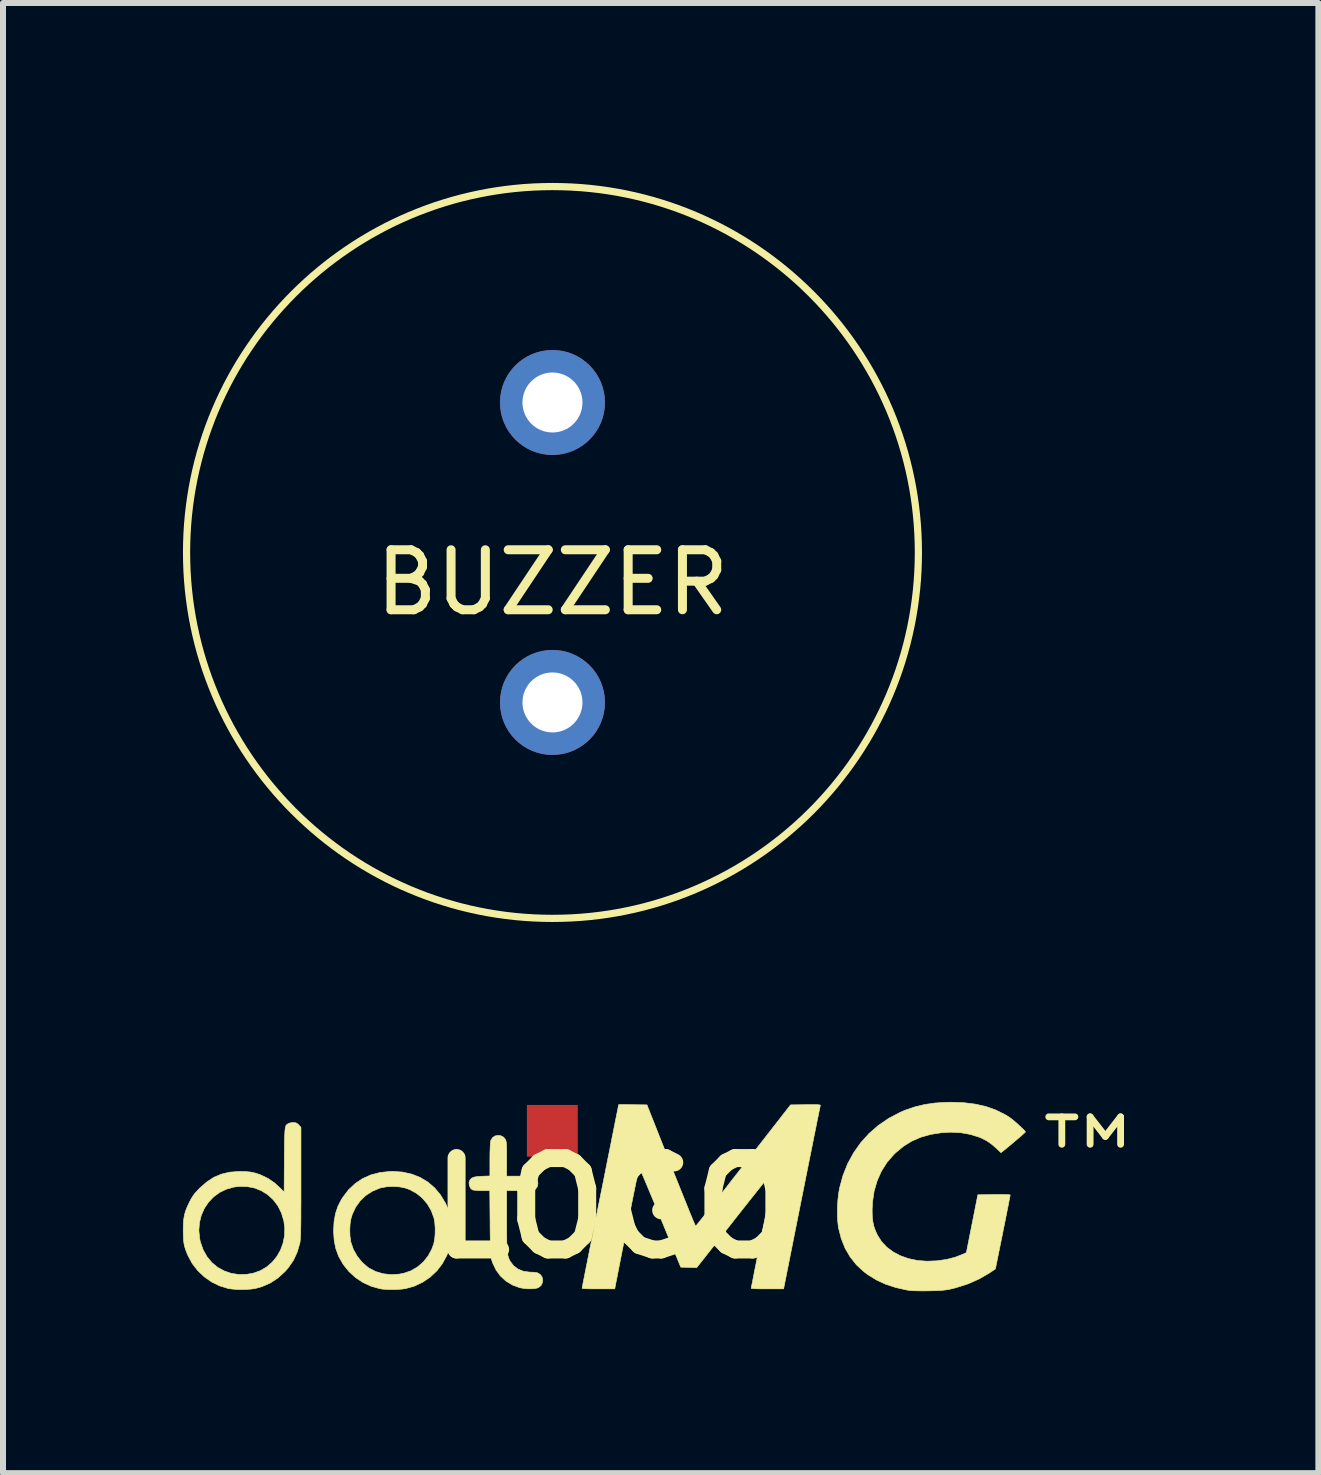
<source format=kicad_pcb>
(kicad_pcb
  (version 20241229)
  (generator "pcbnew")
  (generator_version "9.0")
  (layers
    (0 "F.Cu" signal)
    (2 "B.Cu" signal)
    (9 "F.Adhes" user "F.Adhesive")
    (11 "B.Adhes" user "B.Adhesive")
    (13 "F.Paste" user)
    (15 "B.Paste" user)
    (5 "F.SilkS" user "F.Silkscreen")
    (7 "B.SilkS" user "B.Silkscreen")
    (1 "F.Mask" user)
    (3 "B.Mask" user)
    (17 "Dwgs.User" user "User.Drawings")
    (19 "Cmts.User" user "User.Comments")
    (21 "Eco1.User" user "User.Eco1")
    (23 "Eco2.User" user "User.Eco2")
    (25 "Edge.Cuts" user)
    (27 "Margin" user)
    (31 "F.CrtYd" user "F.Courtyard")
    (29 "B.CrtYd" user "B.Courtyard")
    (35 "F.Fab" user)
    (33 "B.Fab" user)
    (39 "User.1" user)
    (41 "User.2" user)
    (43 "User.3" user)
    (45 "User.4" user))
  (footprint "LOGO"
    (layer "F.Cu")
    (at 6.158 15.82)
    (property "Reference" "LOGO" (at 1.016 1.27 0) (layer "F.SilkS") (effects (font (size 1.524 1.524) (thickness 0.3))))
    (attr through_hole)
    (fp_poly (pts (xy -0.86 0.063) (xy -0.815 0.086) (xy -0.787 0.118) (xy -0.779 0.133) (xy -0.773 0.151) (xy -0.768 0.175) (xy -0.765 0.208) (xy -0.763 0.255) (xy -0.762 0.318) (xy -0.762 0.402) (xy -0.762 0.448) (xy -0.762 0.737) (xy -0.558 0.737) (xy -0.459 0.738) (xy -0.382 0.743) (xy -0.326 0.752) (xy -0.286 0.767) (xy -0.26 0.788) (xy -0.246 0.818) (xy -0.241 0.856) (xy -0.241 0.867) (xy -0.252 0.914) (xy -0.275 0.944) (xy -0.308 0.978) (xy -0.762 0.978) (xy -0.762 1.473) (xy -0.762 1.612) (xy -0.761 1.728) (xy -0.76 1.824) (xy -0.757 1.902) (xy -0.753 1.965) (xy -0.748 2.016) (xy -0.742 2.056) (xy -0.733 2.09) (xy -0.722 2.118) (xy -0.709 2.145) (xy -0.704 2.155) (xy -0.647 2.23) (xy -0.574 2.286) (xy -0.486 2.322) (xy -0.387 2.336) (xy -0.368 2.337) (xy -0.317 2.339) (xy -0.271 2.344) (xy -0.244 2.35) (xy -0.2 2.377) (xy -0.172 2.418) (xy -0.161 2.466) (xy -0.167 2.515) (xy -0.189 2.56) (xy -0.229 2.593) (xy -0.236 2.597) (xy -0.277 2.608) (xy -0.336 2.614) (xy -0.404 2.615) (xy -0.474 2.609) (xy -0.537 2.598) (xy -0.546 2.596) (xy -0.667 2.551) (xy -0.773 2.486) (xy -0.865 2.402) (xy -0.94 2.299) (xy -0.996 2.181) (xy -1.012 2.132) (xy -1.018 2.111) (xy -1.022 2.084) (xy -1.026 2.049) (xy -1.029 2.003) (xy -1.031 1.944) (xy -1.033 1.869) (xy -1.035 1.776) (xy -1.037 1.663) (xy -1.038 1.527) (xy -1.038 1.521) (xy -1.043 0.978) (xy -1.177 0.978) (xy -1.235 0.977) (xy -1.285 0.973) (xy -1.322 0.968) (xy -1.335 0.964) (xy -1.364 0.937) (xy -1.383 0.895) (xy -1.389 0.85) (xy -1.386 0.831) (xy -1.371 0.796) (xy -1.345 0.77) (xy -1.305 0.753) (xy -1.247 0.743) (xy -1.174 0.739) (xy -1.041 0.734) (xy -1.041 0.459) (xy -1.04 0.349) (xy -1.037 0.261) (xy -1.033 0.194) (xy -1.028 0.151) (xy -1.025 0.14) (xy -0.998 0.096) (xy -0.958 0.068) (xy -0.909 0.057) (xy -0.86 0.063)) (stroke (width 0.01) (type solid)) (fill yes) (layer "F.SilkS"))
    (fp_poly (pts (xy -2.498 0.669) (xy -2.346 0.703) (xy -2.205 0.758) (xy -2.078 0.834) (xy -1.964 0.931) (xy -1.867 1.047) (xy -1.785 1.182) (xy -1.776 1.2) (xy -1.74 1.281) (xy -1.714 1.354) (xy -1.697 1.426) (xy -1.687 1.505) (xy -1.683 1.599) (xy -1.683 1.645) (xy -1.685 1.745) (xy -1.692 1.829) (xy -1.705 1.902) (xy -1.726 1.973) (xy -1.756 2.05) (xy -1.762 2.063) (xy -1.835 2.198) (xy -1.927 2.317) (xy -2.037 2.42) (xy -2.162 2.505) (xy -2.3 2.57) (xy -2.441 2.61) (xy -2.5 2.619) (xy -2.575 2.625) (xy -2.658 2.627) (xy -2.74 2.626) (xy -2.814 2.622) (xy -2.869 2.615) (xy -3.017 2.574) (xy -3.155 2.511) (xy -3.281 2.428) (xy -3.391 2.327) (xy -3.485 2.21) (xy -3.559 2.08) (xy -3.567 2.062) (xy -3.61 1.943) (xy -3.636 1.817) (xy -3.646 1.678) (xy -3.647 1.645) (xy -3.646 1.632) (xy -3.377 1.632) (xy -3.374 1.731) (xy -3.362 1.821) (xy -3.358 1.841) (xy -3.316 1.961) (xy -3.252 2.074) (xy -3.171 2.174) (xy -3.075 2.257) (xy -3.056 2.27) (xy -2.945 2.328) (xy -2.822 2.364) (xy -2.692 2.379) (xy -2.556 2.371) (xy -2.474 2.355) (xy -2.355 2.314) (xy -2.247 2.251) (xy -2.151 2.168) (xy -2.072 2.069) (xy -2.01 1.956) (xy -1.978 1.868) (xy -1.962 1.791) (xy -1.954 1.699) (xy -1.953 1.602) (xy -1.96 1.51) (xy -1.973 1.437) (xy -2.018 1.313) (xy -2.083 1.202) (xy -2.166 1.104) (xy -2.265 1.023) (xy -2.376 0.962) (xy -2.444 0.937) (xy -2.543 0.916) (xy -2.652 0.908) (xy -2.762 0.914) (xy -2.862 0.932) (xy -2.877 0.937) (xy -3 0.988) (xy -3.11 1.059) (xy -3.204 1.149) (xy -3.28 1.255) (xy -3.336 1.375) (xy -3.358 1.449) (xy -3.372 1.534) (xy -3.377 1.632) (xy -3.646 1.632) (xy -3.639 1.495) (xy -3.615 1.361) (xy -3.574 1.238) (xy -3.514 1.122) (xy -3.493 1.09) (xy -3.397 0.964) (xy -3.286 0.86) (xy -3.162 0.777) (xy -3.025 0.716) (xy -2.875 0.677) (xy -2.711 0.659) (xy -2.66 0.658) (xy -2.498 0.669)) (stroke (width 0.01) (type solid)) (fill yes) (layer "F.SilkS"))
    (fp_poly (pts (xy -4.314 -0.157) (xy -4.273 -0.151) (xy -4.241 -0.131) (xy -4.227 -0.116) (xy -4.191 -0.076) (xy -4.191 0.844) (xy -4.191 1.024) (xy -4.191 1.181) (xy -4.192 1.317) (xy -4.192 1.432) (xy -4.193 1.529) (xy -4.195 1.61) (xy -4.196 1.676) (xy -4.198 1.73) (xy -4.2 1.773) (xy -4.203 1.807) (xy -4.206 1.833) (xy -4.21 1.855) (xy -4.21 1.855) (xy -4.253 2.003) (xy -4.316 2.139) (xy -4.402 2.264) (xy -4.458 2.328) (xy -4.573 2.433) (xy -4.7 2.517) (xy -4.839 2.578) (xy -4.953 2.61) (xy -5.024 2.62) (xy -5.111 2.626) (xy -5.205 2.627) (xy -5.296 2.623) (xy -5.375 2.615) (xy -5.407 2.609) (xy -5.549 2.565) (xy -5.682 2.5) (xy -5.804 2.414) (xy -5.912 2.311) (xy -6.003 2.194) (xy -6.073 2.064) (xy -6.073 2.064) (xy -6.104 1.991) (xy -6.125 1.928) (xy -6.14 1.868) (xy -6.148 1.803) (xy -6.152 1.726) (xy -6.153 1.645) (xy -6.153 1.642) (xy -5.893 1.642) (xy -5.88 1.775) (xy -5.868 1.834) (xy -5.822 1.964) (xy -5.758 2.079) (xy -5.677 2.177) (xy -5.581 2.257) (xy -5.472 2.317) (xy -5.353 2.358) (xy -5.225 2.377) (xy -5.09 2.373) (xy -4.986 2.355) (xy -4.869 2.314) (xy -4.764 2.252) (xy -4.672 2.173) (xy -4.594 2.078) (xy -4.532 1.971) (xy -4.489 1.853) (xy -4.464 1.729) (xy -4.461 1.6) (xy -4.476 1.485) (xy -4.516 1.351) (xy -4.575 1.233) (xy -4.652 1.131) (xy -4.744 1.046) (xy -4.85 0.98) (xy -4.967 0.934) (xy -5.093 0.91) (xy -5.227 0.909) (xy -5.308 0.919) (xy -5.434 0.954) (xy -5.548 1.009) (xy -5.648 1.083) (xy -5.733 1.172) (xy -5.802 1.275) (xy -5.852 1.389) (xy -5.883 1.512) (xy -5.893 1.642) (xy -6.153 1.642) (xy -6.152 1.544) (xy -6.146 1.461) (xy -6.134 1.39) (xy -6.116 1.322) (xy -6.088 1.252) (xy -6.051 1.172) (xy -6.049 1.168) (xy -6.018 1.11) (xy -5.988 1.062) (xy -5.953 1.016) (xy -5.907 0.966) (xy -5.874 0.933) (xy -5.76 0.833) (xy -5.642 0.756) (xy -5.516 0.703) (xy -5.38 0.671) (xy -5.23 0.659) (xy -5.213 0.659) (xy -5.113 0.661) (xy -5.029 0.669) (xy -4.955 0.685) (xy -4.882 0.709) (xy -4.863 0.716) (xy -4.739 0.776) (xy -4.63 0.851) (xy -4.557 0.917) (xy -4.471 1.001) (xy -4.468 0.466) (xy -4.467 0.331) (xy -4.466 0.218) (xy -4.464 0.127) (xy -4.462 0.054) (xy -4.459 -0.003) (xy -4.455 -0.046) (xy -4.45 -0.077) (xy -4.443 -0.1) (xy -4.434 -0.115) (xy -4.422 -0.127) (xy -4.408 -0.135) (xy -4.397 -0.142) (xy -4.364 -0.152) (xy -4.322 -0.157) (xy -4.314 -0.157)) (stroke (width 0.01) (type solid)) (fill yes) (layer "F.SilkS"))
    (fp_poly (pts (xy 6.863 -0.487) (xy 7.054 -0.463) (xy 7.23 -0.423) (xy 7.393 -0.365) (xy 7.547 -0.289) (xy 7.612 -0.249) (xy 7.644 -0.226) (xy 7.685 -0.193) (xy 7.731 -0.155) (xy 7.777 -0.113) (xy 7.82 -0.073) (xy 7.855 -0.039) (xy 7.879 -0.013) (xy 7.887 -0.000183) (xy 7.877 0.01) (xy 7.852 0.033) (xy 7.814 0.067) (xy 7.766 0.108) (xy 7.712 0.154) (xy 7.656 0.202) (xy 7.6 0.248) (xy 7.548 0.291) (xy 7.509 0.322) (xy 7.479 0.346) (xy 7.407 0.277) (xy 7.325 0.206) (xy 7.247 0.151) (xy 7.162 0.107) (xy 7.118 0.088) (xy 6.972 0.042) (xy 6.812 0.013) (xy 6.643 0.004) (xy 6.494 0.012) (xy 6.312 0.04) (xy 6.147 0.086) (xy 5.995 0.151) (xy 5.856 0.237) (xy 5.726 0.344) (xy 5.689 0.38) (xy 5.576 0.511) (xy 5.484 0.657) (xy 5.414 0.816) (xy 5.364 0.987) (xy 5.337 1.169) (xy 5.331 1.302) (xy 5.333 1.406) (xy 5.342 1.492) (xy 5.358 1.569) (xy 5.384 1.643) (xy 5.419 1.72) (xy 5.487 1.827) (xy 5.575 1.921) (xy 5.681 2) (xy 5.802 2.064) (xy 5.938 2.112) (xy 6.085 2.143) (xy 6.242 2.155) (xy 6.406 2.149) (xy 6.417 2.148) (xy 6.576 2.125) (xy 6.717 2.088) (xy 6.823 2.047) (xy 6.902 2.012) (xy 7.093 1.048) (xy 7.363 1.044) (xy 7.443 1.044) (xy 7.513 1.044) (xy 7.57 1.045) (xy 7.611 1.047) (xy 7.631 1.05) (xy 7.633 1.051) (xy 7.63 1.065) (xy 7.623 1.101) (xy 7.612 1.158) (xy 7.598 1.232) (xy 7.58 1.321) (xy 7.56 1.423) (xy 7.537 1.536) (xy 7.513 1.656) (xy 7.51 1.672) (xy 7.386 2.283) (xy 7.291 2.348) (xy 7.117 2.449) (xy 6.929 2.533) (xy 6.723 2.598) (xy 6.668 2.612) (xy 6.617 2.624) (xy 6.569 2.632) (xy 6.52 2.638) (xy 6.463 2.643) (xy 6.393 2.646) (xy 6.305 2.648) (xy 6.274 2.649) (xy 6.157 2.65) (xy 6.063 2.648) (xy 5.988 2.645) (xy 5.928 2.638) (xy 5.913 2.636) (xy 5.726 2.594) (xy 5.557 2.539) (xy 5.403 2.468) (xy 5.26 2.38) (xy 5.193 2.329) (xy 5.069 2.215) (xy 4.965 2.084) (xy 4.88 1.938) (xy 4.816 1.777) (xy 4.771 1.601) (xy 4.767 1.578) (xy 4.757 1.485) (xy 4.752 1.375) (xy 4.753 1.256) (xy 4.76 1.136) (xy 4.773 1.022) (xy 4.788 0.937) (xy 4.844 0.729) (xy 4.922 0.532) (xy 5.022 0.349) (xy 5.141 0.18) (xy 5.279 0.027) (xy 5.435 -0.109) (xy 5.608 -0.227) (xy 5.797 -0.326) (xy 5.878 -0.361) (xy 6.038 -0.416) (xy 6.202 -0.456) (xy 6.377 -0.482) (xy 6.566 -0.494) (xy 6.655 -0.495) (xy 6.863 -0.487)) (stroke (width 0.01) (type solid)) (fill yes) (layer "F.SilkS"))
    (fp_poly (pts (xy 1.266 -0.455) (xy 1.34 -0.454) (xy 1.341 -0.454) (xy 1.577 -0.451) (xy 1.978 0.562) (xy 2.039 0.714) (xy 2.097 0.86) (xy 2.152 0.996) (xy 2.203 1.123) (xy 2.249 1.237) (xy 2.289 1.337) (xy 2.324 1.421) (xy 2.352 1.489) (xy 2.373 1.537) (xy 2.385 1.565) (xy 2.389 1.572) (xy 2.398 1.561) (xy 2.421 1.533) (xy 2.458 1.486) (xy 2.508 1.424) (xy 2.568 1.347) (xy 2.639 1.256) (xy 2.72 1.154) (xy 2.808 1.041) (xy 2.904 0.919) (xy 3.005 0.788) (xy 3.112 0.652) (xy 3.184 0.559) (xy 3.971 -0.451) (xy 4.222 -0.454) (xy 4.311 -0.455) (xy 4.377 -0.455) (xy 4.423 -0.454) (xy 4.451 -0.451) (xy 4.465 -0.447) (xy 4.468 -0.442) (xy 4.464 -0.427) (xy 4.457 -0.39) (xy 4.444 -0.33) (xy 4.428 -0.25) (xy 4.408 -0.152) (xy 4.385 -0.036) (xy 4.358 0.096) (xy 4.329 0.242) (xy 4.297 0.4) (xy 4.263 0.57) (xy 4.227 0.749) (xy 4.19 0.936) (xy 4.158 1.095) (xy 3.855 2.616) (xy 3.585 2.616) (xy 3.505 2.616) (xy 3.435 2.615) (xy 3.377 2.613) (xy 3.337 2.61) (xy 3.316 2.608) (xy 3.315 2.607) (xy 3.317 2.593) (xy 3.324 2.556) (xy 3.336 2.499) (xy 3.351 2.422) (xy 3.369 2.327) (xy 3.391 2.218) (xy 3.415 2.094) (xy 3.442 1.959) (xy 3.47 1.815) (xy 3.501 1.663) (xy 3.511 1.613) (xy 3.541 1.459) (xy 3.57 1.312) (xy 3.597 1.174) (xy 3.622 1.047) (xy 3.644 0.934) (xy 3.663 0.835) (xy 3.679 0.753) (xy 3.691 0.69) (xy 3.699 0.647) (xy 3.702 0.627) (xy 3.703 0.625) (xy 3.694 0.634) (xy 3.672 0.662) (xy 3.636 0.707) (xy 3.587 0.767) (xy 3.528 0.841) (xy 3.459 0.928) (xy 3.381 1.026) (xy 3.295 1.134) (xy 3.203 1.25) (xy 3.106 1.373) (xy 3.053 1.441) (xy 2.407 2.261) (xy 2.274 2.258) (xy 2.141 2.254) (xy 1.798 1.42) (xy 1.741 1.283) (xy 1.687 1.153) (xy 1.636 1.032) (xy 1.59 0.922) (xy 1.549 0.824) (xy 1.514 0.742) (xy 1.485 0.676) (xy 1.464 0.628) (xy 1.451 0.601) (xy 1.447 0.595) (xy 1.443 0.608) (xy 1.435 0.644) (xy 1.423 0.702) (xy 1.407 0.779) (xy 1.388 0.873) (xy 1.365 0.983) (xy 1.34 1.106) (xy 1.313 1.242) (xy 1.284 1.387) (xy 1.253 1.54) (xy 1.221 1.699) (xy 1.188 1.863) (xy 1.155 2.029) (xy 1.122 2.196) (xy 1.09 2.361) (xy 1.058 2.523) (xy 1.053 2.55) (xy 1.04 2.616) (xy 0.767 2.616) (xy 0.687 2.616) (xy 0.617 2.615) (xy 0.559 2.613) (xy 0.518 2.61) (xy 0.497 2.608) (xy 0.495 2.607) (xy 0.498 2.593) (xy 0.505 2.556) (xy 0.516 2.498) (xy 0.532 2.419) (xy 0.551 2.321) (xy 0.574 2.205) (xy 0.6 2.075) (xy 0.629 1.929) (xy 0.661 1.771) (xy 0.694 1.602) (xy 0.73 1.423) (xy 0.767 1.236) (xy 0.8 1.073) (xy 0.839 0.88) (xy 0.876 0.695) (xy 0.911 0.518) (xy 0.945 0.35) (xy 0.976 0.195) (xy 1.004 0.052) (xy 1.03 -0.076) (xy 1.052 -0.188) (xy 1.071 -0.282) (xy 1.086 -0.358) (xy 1.097 -0.412) (xy 1.103 -0.445) (xy 1.105 -0.454) (xy 1.117 -0.455) (xy 1.15 -0.456) (xy 1.201 -0.456) (xy 1.266 -0.455)) (stroke (width 0.01) (type solid)) (fill yes) (layer "F.SilkS"))
    (fp_text user "TM" (at 8.128 0 0) (layer "F.SilkS") (effects (font (size 0.457 0.762) (thickness 0.114)) (justify left)))
    (pad "1" smd custom (at 0 0) (size 0.5 0.5) (layers "F.Cu" "F.Mask") (options (anchor circle)) (primitives (gr_poly (pts (xy 0.419 0.406) (xy -0.419 0.406) (xy -0.419 -0.445) (xy 0.419 -0.445) (xy 0.419 0.406)) (width 0.01) (fill yes)))))
  (footprint "BUZZER"
    (layer "F.Cu")
    (at 6.16 6.16)
    (property "Reference" "BUZZER" (at 0 0.5 0) (layer "F.SilkS") (effects (font (size 1 1) (thickness 0.15))))
    (attr through_hole)
    (fp_circle (center 0 0) (end 6.1 0) (stroke (width 0.12) (type solid)) (fill no) (layer "F.SilkS"))
    (pad "1" thru_hole circle (at 0 -2.5) (size 1.75 1.75) (drill 1) (layers "*.Cu" "*.Mask"))
    (pad "2" thru_hole circle (at 0 2.5) (size 1.75 1.75) (drill 1) (layers "*.Cu" "*.Mask")))
  (gr_rect
    (start -3 -3)
    (end 18.928 21.508)
    (stroke (width 0.1) (type default))
    (fill no)
    (layer "Edge.Cuts")))
</source>
